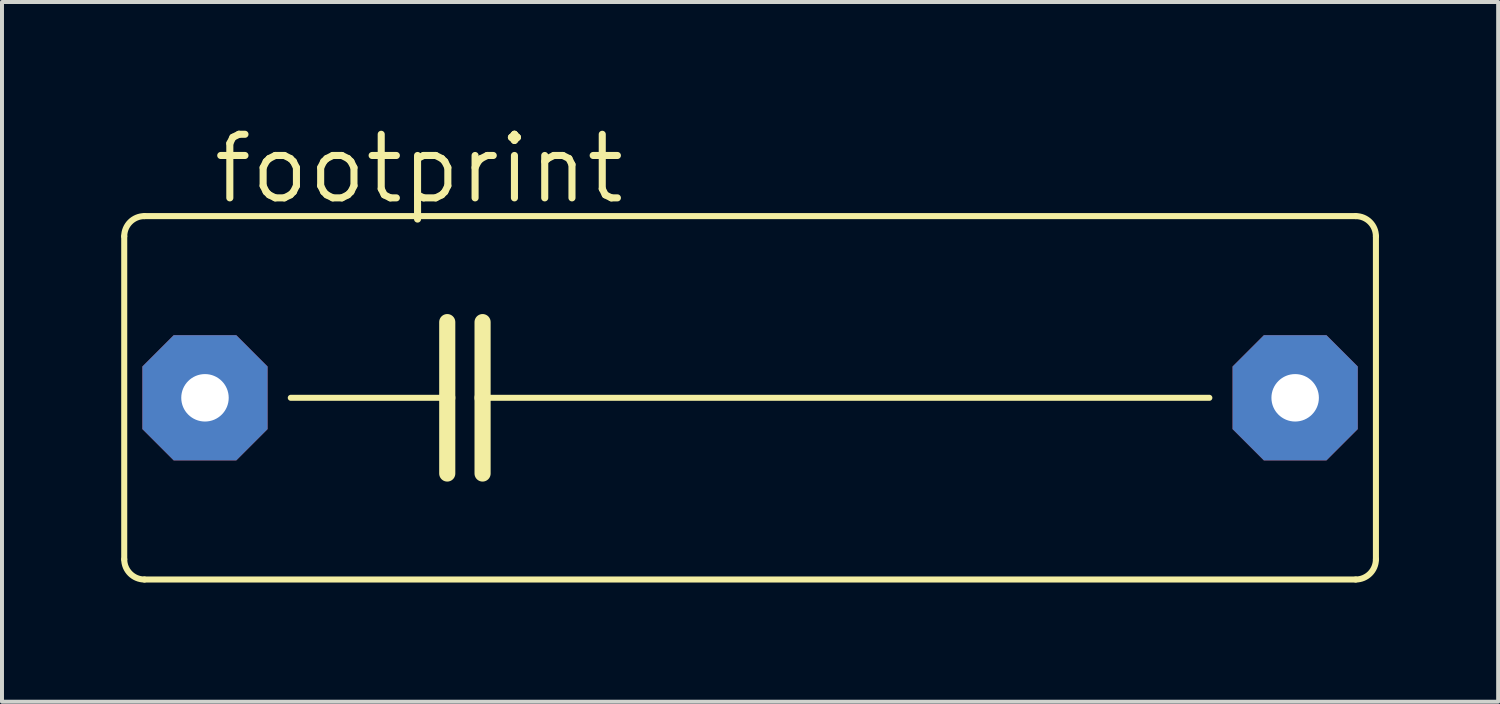
<source format=kicad_pcb>
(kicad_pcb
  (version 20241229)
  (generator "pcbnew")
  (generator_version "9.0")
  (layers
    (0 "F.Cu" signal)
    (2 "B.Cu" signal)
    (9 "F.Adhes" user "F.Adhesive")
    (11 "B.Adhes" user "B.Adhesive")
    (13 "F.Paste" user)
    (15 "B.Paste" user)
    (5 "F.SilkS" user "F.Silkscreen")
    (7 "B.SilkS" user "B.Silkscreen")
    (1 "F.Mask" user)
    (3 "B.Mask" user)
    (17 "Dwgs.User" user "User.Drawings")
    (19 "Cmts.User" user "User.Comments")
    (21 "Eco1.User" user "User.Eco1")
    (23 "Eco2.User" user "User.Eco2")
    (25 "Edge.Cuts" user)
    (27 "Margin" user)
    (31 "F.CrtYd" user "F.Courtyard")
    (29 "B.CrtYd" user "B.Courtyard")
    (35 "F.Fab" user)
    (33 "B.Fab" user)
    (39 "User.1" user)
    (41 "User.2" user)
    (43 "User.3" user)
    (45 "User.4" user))
  (footprint "footprint"
    (layer "F.Cu")
    (at 15.824 6.96)
    (property "Reference" "footprint" (at -13.589 -4.826 0) (layer "F.SilkS") (effects (font (size 1.6 1.6) (thickness 0.178)) (justify left bottom)))
    (fp_line (start -15.748 4.064) (end -15.748 -4.064) (stroke (width 0.152) (type solid)) (layer "F.SilkS"))
    (fp_line (start -15.24 -4.572) (end 15.24 -4.572) (stroke (width 0.152) (type solid)) (layer "F.SilkS"))
    (fp_line (start -11.557 0) (end -7.62 0) (stroke (width 0.152) (type solid)) (layer "F.SilkS"))
    (fp_line (start -7.62 -1.905) (end -7.62 0) (stroke (width 0.406) (type solid)) (layer "F.SilkS"))
    (fp_line (start -7.62 0) (end -7.62 1.905) (stroke (width 0.406) (type solid)) (layer "F.SilkS"))
    (fp_line (start -6.731 -1.905) (end -6.731 0) (stroke (width 0.406) (type solid)) (layer "F.SilkS"))
    (fp_line (start -6.731 0) (end -6.731 1.905) (stroke (width 0.406) (type solid)) (layer "F.SilkS"))
    (fp_line (start -6.731 0) (end 11.557 0) (stroke (width 0.152) (type solid)) (layer "F.SilkS"))
    (fp_line (start 15.24 4.572) (end -15.24 4.572) (stroke (width 0.152) (type solid)) (layer "F.SilkS"))
    (fp_line (start 15.748 -4.064) (end 15.748 4.064) (stroke (width 0.152) (type solid)) (layer "F.SilkS"))
    (fp_arc (start -15.748 -4.064) (mid -15.59921 -4.42321) (end -15.24 -4.572) (stroke (width 0.1524) (type solid)) (layer "F.SilkS"))
    (fp_arc (start -15.24 4.572) (mid -15.59921 4.42321) (end -15.748 4.064) (stroke (width 0.1524) (type solid)) (layer "F.SilkS"))
    (fp_arc (start 15.24 -4.572) (mid 15.59921 -4.42321) (end 15.748 -4.064) (stroke (width 0.1524) (type solid)) (layer "F.SilkS"))
    (fp_arc (start 15.748 4.064) (mid 15.59921 4.42321) (end 15.24 4.572) (stroke (width 0.1524) (type solid)) (layer "F.SilkS"))
    (pad "1" thru_hole roundrect (at -13.716 0) (size 3.15 3.15) (drill 1.194) (layers "*.Cu" "*.Mask") (roundrect_rratio 0.25) (chamfer_ratio 0.25) (chamfer top_left top_right bottom_left bottom_right))
    (pad "2" thru_hole roundrect (at 13.716 0) (size 3.15 3.15) (drill 1.194) (layers "*.Cu" "*.Mask") (roundrect_rratio 0.25) (chamfer_ratio 0.25) (chamfer top_left top_right bottom_left bottom_right)))
  (gr_rect
    (start -3 -3)
    (end 34.648 14.608)
    (stroke (width 0.1) (type default))
    (fill no)
    (layer "Edge.Cuts")))
</source>
